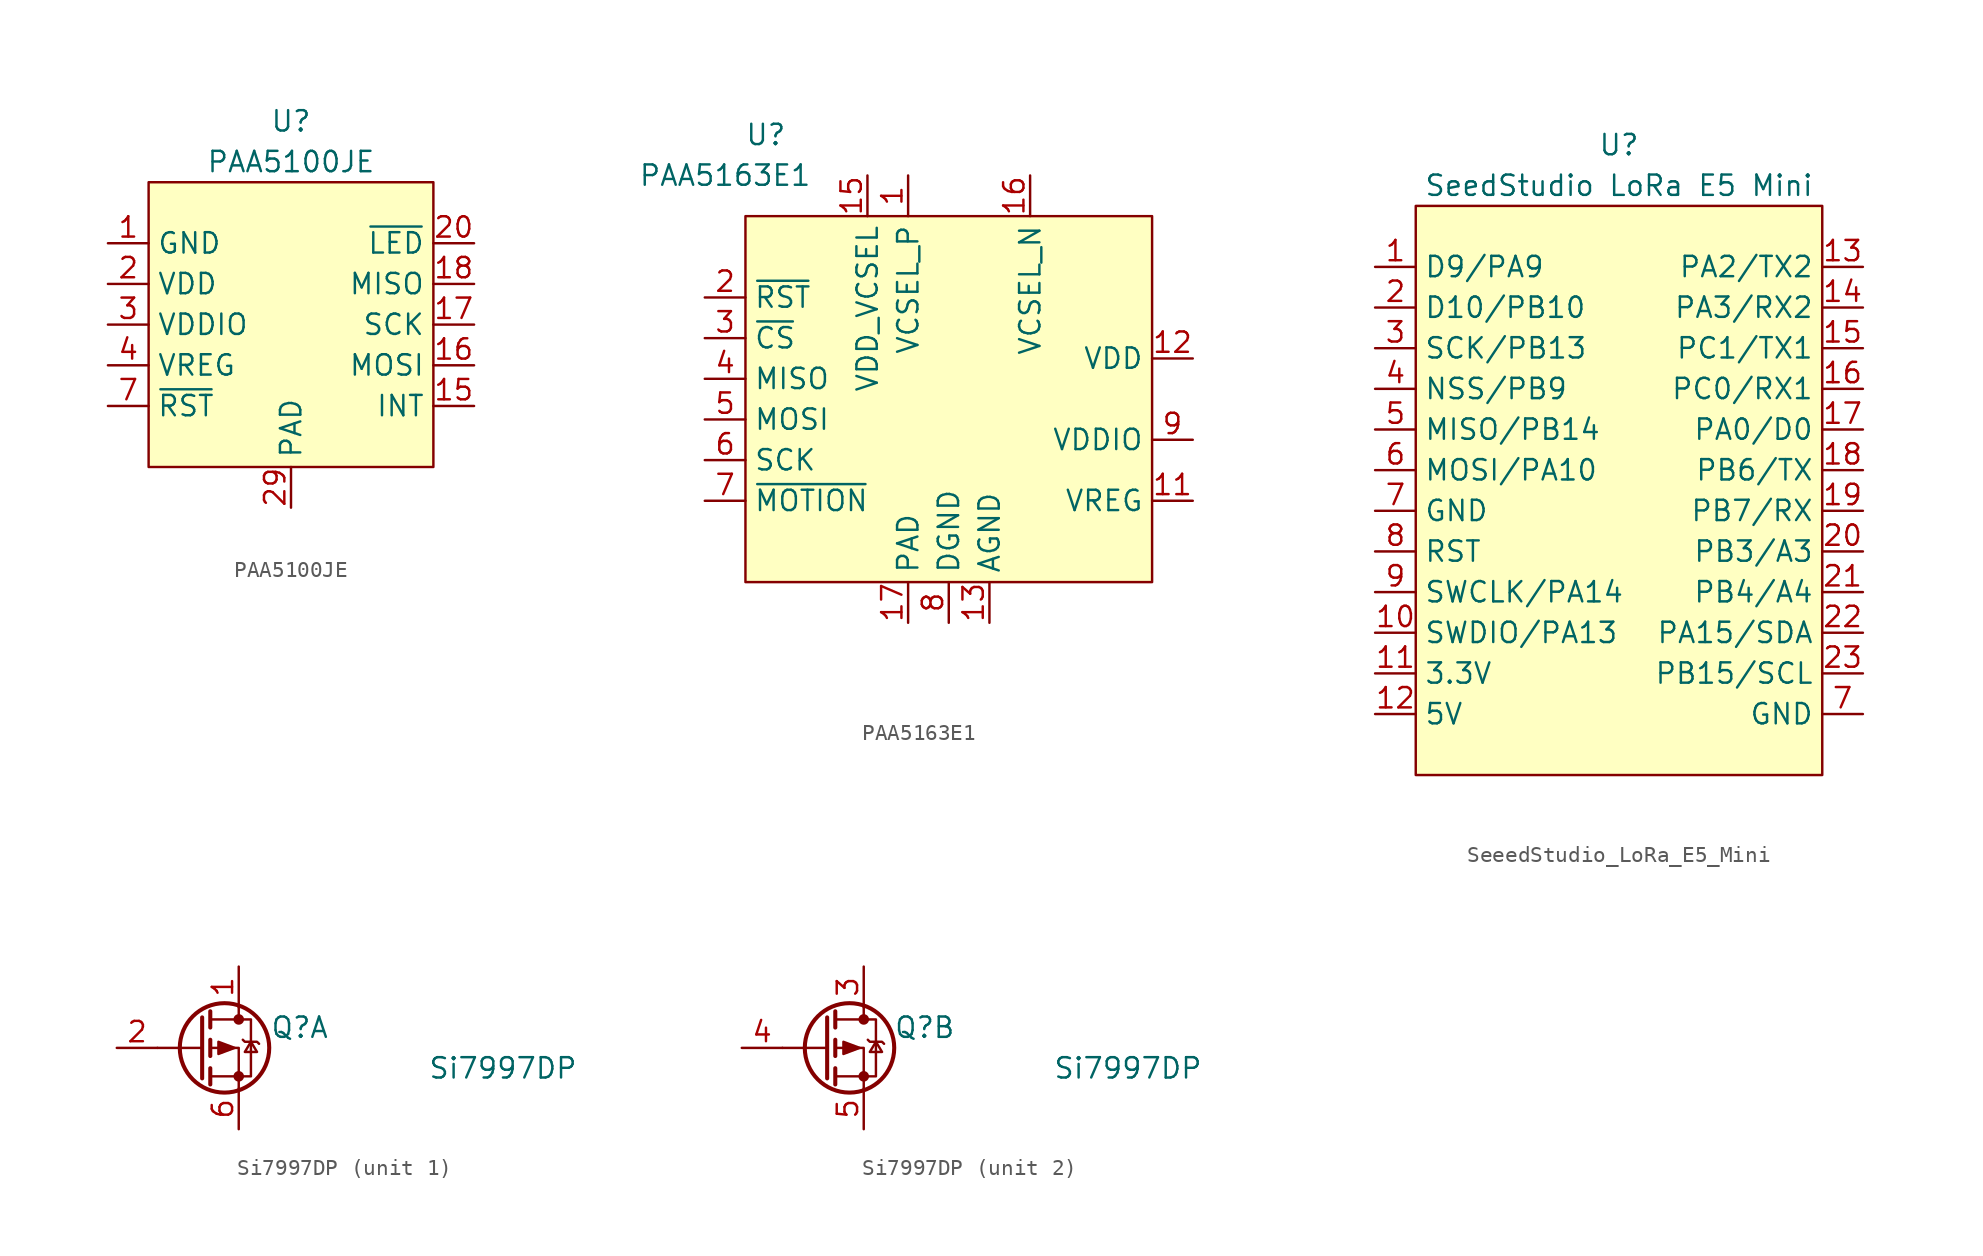
<source format=kicad_sym>
(kicad_symbol_lib
  (version 20220914)
  (generator kicad_symbol_editor)
  (symbol "PAA5100JE"
    (property "Reference" "U"
      (at 0 11.43 0)
      (effects (font (size 1.27 1.27))))
    (property "Value" "PAA5100JE"
      (at 0 8.89 0)
      (effects (font (size 1.27 1.27))))
    (symbol "PAA5100JE_1_1"
      (rectangle (start -8.89 7.62) (end 8.89 -10.16) (stroke (width 0) (type default)) (fill (type background)))
      (pin power_in line (at -11.43 3.81 0) (length 2.54) (name "GND" (effects (font (size 1.27 1.27)))) (number "1" (effects (font (size 1.27 1.27)))))
      (pin output line (at 11.43 -6.35 180) (length 2.54) (name "INT" (effects (font (size 1.27 1.27)))) (number "15" (effects (font (size 1.27 1.27)))))
      (pin input line (at 11.43 -3.81 180) (length 2.54) (name "MOSI" (effects (font (size 1.27 1.27)))) (number "16" (effects (font (size 1.27 1.27)))))
      (pin input line (at 11.43 -1.27 180) (length 2.54) (name "SCK" (effects (font (size 1.27 1.27)))) (number "17" (effects (font (size 1.27 1.27)))))
      (pin output line (at 11.43 1.27 180) (length 2.54) (name "MISO" (effects (font (size 1.27 1.27)))) (number "18" (effects (font (size 1.27 1.27)))))
      (pin power_in line (at -11.43 1.27 0) (length 2.54) (name "VDD" (effects (font (size 1.27 1.27)))) (number "2" (effects (font (size 1.27 1.27)))))
      (pin output line (at 11.43 3.81 180) (length 2.54) (name "~{LED}" (effects (font (size 1.27 1.27)))) (number "20" (effects (font (size 1.27 1.27)))))
      (pin unspecified line (at 0 -12.7 90) (length 2.54) (name "PAD" (effects (font (size 1.27 1.27)))) (number "29" (effects (font (size 1.27 1.27)))))
      (pin power_in line (at -11.43 -1.27 0) (length 2.54) (name "VDDIO" (effects (font (size 1.27 1.27)))) (number "3" (effects (font (size 1.27 1.27)))))
      (pin power_in line (at -11.43 -3.81 0) (length 2.54) (name "VREG" (effects (font (size 1.27 1.27)))) (number "4" (effects (font (size 1.27 1.27)))))
      (pin input line (at -11.43 -6.35 0) (length 2.54) (name "~{RST}" (effects (font (size 1.27 1.27)))) (number "7" (effects (font (size 1.27 1.27)))))))
  (symbol "PAA5163E1"
    (property "Reference" "U"
      (at -11.43 16.51 0)
      (effects (font (size 1.27 1.27))))
    (property "Value" "PAA5163E1"
      (at -13.97 13.97 0)
      (effects (font (size 1.27 1.27))))
    (symbol "PAA5163E1_1_1"
      (rectangle (start -12.7 11.43) (end 12.7 -11.43) (stroke (width 0) (type default)) (fill (type background)))
      (pin unspecified line (at -2.54 13.97 270) (length 2.54) (name "VCSEL_P" (effects (font (size 1.27 1.27)))) (number "1" (effects (font (size 1.27 1.27)))))
      (pin no_connect line (at -11.43 -16.51 0) (length 2.54) hide (name "NC" (effects (font (size 1.27 1.27)))) (number "10" (effects (font (size 1.27 1.27)))))
      (pin unspecified line (at 15.24 -6.35 180) (length 2.54) (name "VREG" (effects (font (size 1.27 1.27)))) (number "11" (effects (font (size 1.27 1.27)))))
      (pin power_in line (at 15.24 2.54 180) (length 2.54) (name "VDD" (effects (font (size 1.27 1.27)))) (number "12" (effects (font (size 1.27 1.27)))))
      (pin power_in line (at 2.54 -13.97 90) (length 2.54) (name "AGND" (effects (font (size 1.27 1.27)))) (number "13" (effects (font (size 1.27 1.27)))))
      (pin no_connect line (at -11.43 -13.97 0) (length 2.54) hide (name "NC" (effects (font (size 1.27 1.27)))) (number "14" (effects (font (size 1.27 1.27)))))
      (pin power_in line (at -5.08 13.97 270) (length 2.54) (name "VDD_VCSEL" (effects (font (size 1.27 1.27)))) (number "15" (effects (font (size 1.27 1.27)))))
      (pin unspecified line (at 5.08 13.97 270) (length 2.54) (name "VCSEL_N" (effects (font (size 1.27 1.27)))) (number "16" (effects (font (size 1.27 1.27)))))
      (pin power_in line (at -2.54 -13.97 90) (length 2.54) (name "PAD" (effects (font (size 1.27 1.27)))) (number "17" (effects (font (size 1.27 1.27)))))
      (pin input line (at -15.24 6.35 0) (length 2.54) (name "~{RST}" (effects (font (size 1.27 1.27)))) (number "2" (effects (font (size 1.27 1.27)))))
      (pin input line (at -15.24 3.81 0) (length 2.54) (name "~{CS}" (effects (font (size 1.27 1.27)))) (number "3" (effects (font (size 1.27 1.27)))))
      (pin output line (at -15.24 1.27 0) (length 2.54) (name "MISO" (effects (font (size 1.27 1.27)))) (number "4" (effects (font (size 1.27 1.27)))))
      (pin input line (at -15.24 -1.27 0) (length 2.54) (name "MOSI" (effects (font (size 1.27 1.27)))) (number "5" (effects (font (size 1.27 1.27)))))
      (pin input line (at -15.24 -3.81 0) (length 2.54) (name "SCK" (effects (font (size 1.27 1.27)))) (number "6" (effects (font (size 1.27 1.27)))))
      (pin output line (at -15.24 -6.35 0) (length 2.54) (name "~{MOTION}" (effects (font (size 1.27 1.27)))) (number "7" (effects (font (size 1.27 1.27)))))
      (pin power_in line (at 0 -13.97 90) (length 2.54) (name "DGND" (effects (font (size 1.27 1.27)))) (number "8" (effects (font (size 1.27 1.27)))))
      (pin power_in line (at 15.24 -2.54 180) (length 2.54) (name "VDDIO" (effects (font (size 1.27 1.27)))) (number "9" (effects (font (size 1.27 1.27)))))))
  (symbol "SeeedStudio_LoRa_E5_Mini"
    (property "Reference" "U"
      (at 0 21.59 0)
      (effects (font (size 1.27 1.27))))
    (property "Value" "SeedStudio LoRa E5 Mini"
      (at 0 19.05 0)
      (effects (font (size 1.27 1.27))))
    (symbol "SeeedStudio_LoRa_E5_Mini_1_1"
      (rectangle (start -12.7 17.78) (end 12.7 -17.78) (stroke (width 0) (type default)) (fill (type background)))
      (pin bidirectional line (at -15.24 13.97 0) (length 2.54) (name "D9/PA9" (effects (font (size 1.27 1.27)))) (number "1" (effects (font (size 1.27 1.27)))))
      (pin bidirectional line (at -15.24 -8.89 0) (length 2.54) (name "SWDIO/PA13" (effects (font (size 1.27 1.27)))) (number "10" (effects (font (size 1.27 1.27)))))
      (pin power_in line (at -15.24 -11.43 0) (length 2.54) (name "3.3V" (effects (font (size 1.27 1.27)))) (number "11" (effects (font (size 1.27 1.27)))))
      (pin power_in line (at -15.24 -13.97 0) (length 2.54) (name "5V" (effects (font (size 1.27 1.27)))) (number "12" (effects (font (size 1.27 1.27)))))
      (pin bidirectional line (at 15.24 13.97 180) (length 2.54) (name "PA2/TX2" (effects (font (size 1.27 1.27)))) (number "13" (effects (font (size 1.27 1.27)))))
      (pin bidirectional line (at 15.24 11.43 180) (length 2.54) (name "PA3/RX2" (effects (font (size 1.27 1.27)))) (number "14" (effects (font (size 1.27 1.27)))))
      (pin bidirectional line (at 15.24 8.89 180) (length 2.54) (name "PC1/TX1" (effects (font (size 1.27 1.27)))) (number "15" (effects (font (size 1.27 1.27)))))
      (pin bidirectional line (at 15.24 6.35 180) (length 2.54) (name "PC0/RX1" (effects (font (size 1.27 1.27)))) (number "16" (effects (font (size 1.27 1.27)))))
      (pin bidirectional line (at 15.24 3.81 180) (length 2.54) (name "PA0/D0" (effects (font (size 1.27 1.27)))) (number "17" (effects (font (size 1.27 1.27)))))
      (pin bidirectional line (at 15.24 1.27 180) (length 2.54) (name "PB6/TX" (effects (font (size 1.27 1.27)))) (number "18" (effects (font (size 1.27 1.27)))))
      (pin bidirectional line (at 15.24 -1.27 180) (length 2.54) (name "PB7/RX" (effects (font (size 1.27 1.27)))) (number "19" (effects (font (size 1.27 1.27)))))
      (pin bidirectional line (at -15.24 11.43 0) (length 2.54) (name "D10/PB10" (effects (font (size 1.27 1.27)))) (number "2" (effects (font (size 1.27 1.27)))))
      (pin bidirectional line (at 15.24 -3.81 180) (length 2.54) (name "PB3/A3" (effects (font (size 1.27 1.27)))) (number "20" (effects (font (size 1.27 1.27)))))
      (pin bidirectional line (at 15.24 -6.35 180) (length 2.54) (name "PB4/A4" (effects (font (size 1.27 1.27)))) (number "21" (effects (font (size 1.27 1.27)))))
      (pin bidirectional line (at 15.24 -8.89 180) (length 2.54) (name "PA15/SDA" (effects (font (size 1.27 1.27)))) (number "22" (effects (font (size 1.27 1.27)))))
      (pin bidirectional line (at 15.24 -11.43 180) (length 2.54) (name "PB15/SCL" (effects (font (size 1.27 1.27)))) (number "23" (effects (font (size 1.27 1.27)))))
      (pin bidirectional line (at -15.24 8.89 0) (length 2.54) (name "SCK/PB13" (effects (font (size 1.27 1.27)))) (number "3" (effects (font (size 1.27 1.27)))))
      (pin bidirectional line (at -15.24 6.35 0) (length 2.54) (name "NSS/PB9" (effects (font (size 1.27 1.27)))) (number "4" (effects (font (size 1.27 1.27)))))
      (pin bidirectional line (at -15.24 3.81 0) (length 2.54) (name "MISO/PB14" (effects (font (size 1.27 1.27)))) (number "5" (effects (font (size 1.27 1.27)))))
      (pin bidirectional line (at -15.24 1.27 0) (length 2.54) (name "MOSI/PA10" (effects (font (size 1.27 1.27)))) (number "6" (effects (font (size 1.27 1.27)))))
      (pin power_in line (at -15.24 -1.27 0) (length 2.54) (name "GND" (effects (font (size 1.27 1.27)))) (number "7" (effects (font (size 1.27 1.27)))))
      (pin power_in line (at 15.24 -13.97 180) (length 2.54) (name "GND" (effects (font (size 1.27 1.27)))) (number "7" (effects (font (size 1.27 1.27)))))
      (pin input line (at -15.24 -3.81 0) (length 2.54) (name "RST" (effects (font (size 1.27 1.27)))) (number "8" (effects (font (size 1.27 1.27)))))
      (pin input line (at -15.24 -6.35 0) (length 2.54) (name "SWCLK/PA14" (effects (font (size 1.27 1.27)))) (number "9" (effects (font (size 1.27 1.27)))))))
  (symbol "Si7997DP"
    (pin_names
      (offset 0) hide)
    (property "Reference" "Q"
      (at 6.35 1.27 0)
      (effects (font (size 1.27 1.27))))
    (property "Value" "Si7997DP"
      (at 19.05 -1.27 0)
      (effects (font (size 1.27 1.27))))
    (symbol "Si7997DP_0_1"
      (polyline (pts (xy 0.254 0) (xy -2.54 0)) (stroke (width 0) (type default)) (fill (type none)))
      (polyline (pts (xy 0.254 1.905) (xy 0.254 -1.905)) (stroke (width 0.254) (type default)) (fill (type none)))
      (polyline (pts (xy 0.762 -1.27) (xy 0.762 -2.286)) (stroke (width 0.254) (type default)) (fill (type none)))
      (polyline (pts (xy 0.762 0.508) (xy 0.762 -0.508)) (stroke (width 0.254) (type default)) (fill (type none)))
      (polyline (pts (xy 0.762 2.286) (xy 0.762 1.27)) (stroke (width 0.254) (type default)) (fill (type none)))
      (polyline (pts (xy 2.54 2.54) (xy 2.54 1.778)) (stroke (width 0) (type default)) (fill (type none)))
      (polyline (pts (xy 2.54 -2.54) (xy 2.54 0) (xy 0.762 0)) (stroke (width 0) (type default)) (fill (type none)))
      (polyline (pts (xy 0.762 -1.778) (xy 3.302 -1.778) (xy 3.302 1.778) (xy 0.762 1.778)) (stroke (width 0) (type default)) (fill (type none)))
      (polyline (pts (xy 2.286 0) (xy 1.27 0.381) (xy 1.27 -0.381) (xy 2.286 0)) (stroke (width 0) (type default)) (fill (type outline)))
      (polyline (pts (xy 2.794 0.508) (xy 2.921 0.381) (xy 3.683 0.381) (xy 3.81 0.254)) (stroke (width 0) (type default)) (fill (type none)))
      (polyline (pts (xy 3.302 0.381) (xy 2.921 -0.254) (xy 3.683 -0.254) (xy 3.302 0.381)) (stroke (width 0) (type default)) (fill (type none)))
      (circle (center 1.651 0) (radius 2.794) (stroke (width 0.254) (type default)) (fill (type none)))
      (circle (center 2.54 -1.778) (radius 0.254) (stroke (width 0) (type default)) (fill (type outline)))
      (circle (center 2.54 1.778) (radius 0.254) (stroke (width 0) (type default)) (fill (type outline))))
    (symbol "Si7997DP_1_1"
      (pin passive line (at 2.54 5.08 270) (length 2.54) (name "D" (effects (font (size 1.27 1.27)))) (number "1" (effects (font (size 1.27 1.27)))))
      (pin input line (at -5.08 0 0) (length 2.54) (name "G" (effects (font (size 1.27 1.27)))) (number "2" (effects (font (size 1.27 1.27)))))
      (pin passive line (at 2.54 -5.08 90) (length 2.54) (name "S" (effects (font (size 1.27 1.27)))) (number "6" (effects (font (size 1.27 1.27))))))
    (symbol "Si7997DP_2_1"
      (pin passive line (at 2.54 5.08 270) (length 2.54) (name "D" (effects (font (size 1.27 1.27)))) (number "3" (effects (font (size 1.27 1.27)))))
      (pin input line (at -5.08 0 0) (length 2.54) (name "G" (effects (font (size 1.27 1.27)))) (number "4" (effects (font (size 1.27 1.27)))))
      (pin passive line (at 2.54 -5.08 90) (length 2.54) (name "S" (effects (font (size 1.27 1.27)))) (number "5" (effects (font (size 1.27 1.27))))))))
</source>
